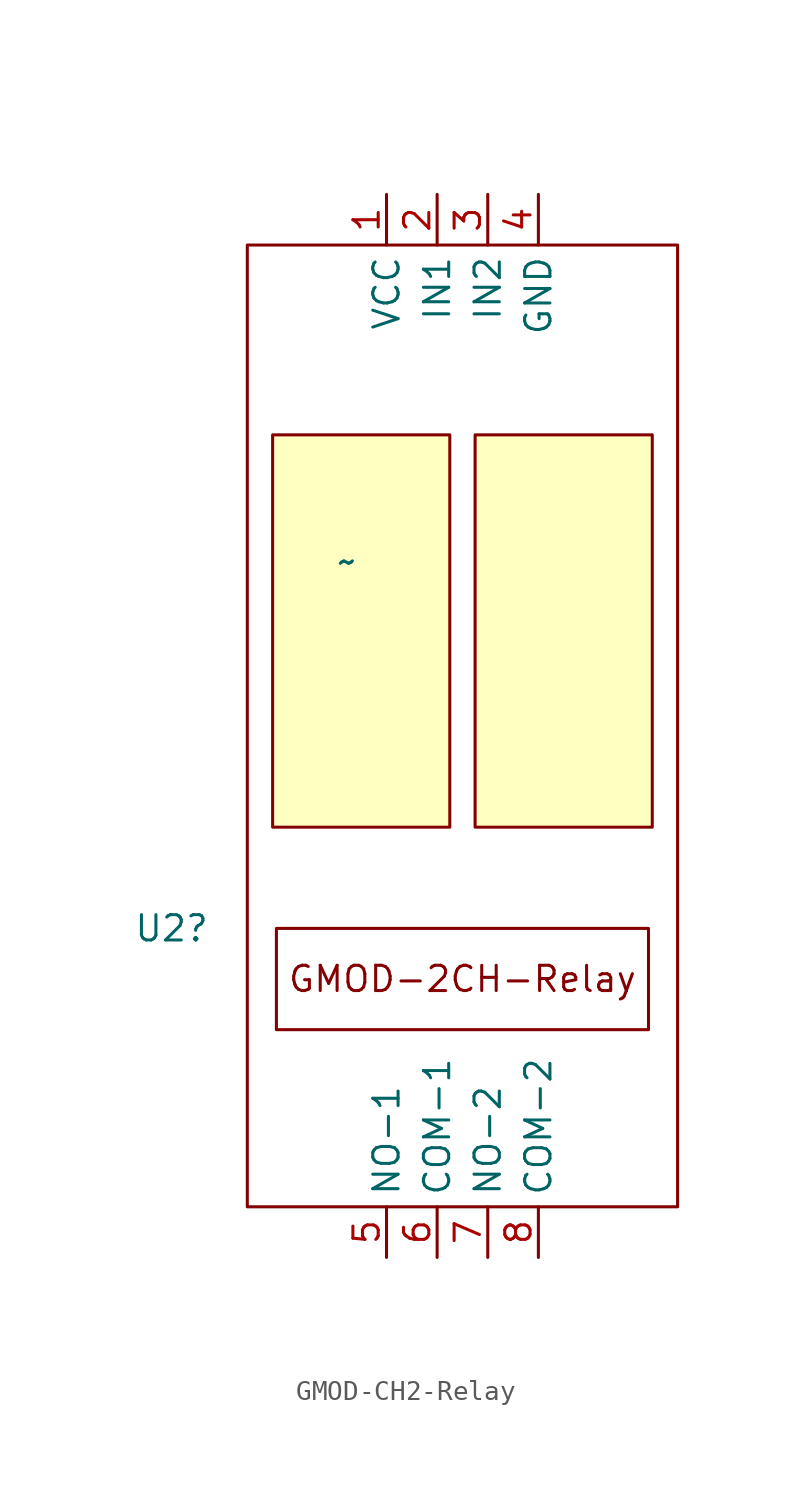
<source format=kicad_sym>
(kicad_symbol_lib
  (version 20241209)
  (generator "kicad_symbol_editor")
  (generator_version "9.0")
  (symbol "GMOD-CH2-Relay"
    (property "Reference" "U2"
      (at -16.51 -10.16 0)
      (effects (font (size 1.27 1.27)) (justify left)))
    (property "Value" "~"
      (at -6.35 8.255 0)
      (effects (font (size 1.27 1.27)) (justify left)))
    (symbol "GMOD-CH2-Relay_0_1"
      (rectangle (start -10.795 24.13) (end 10.795 -24.13) (stroke (width 0) (type default)) (fill (type none)))
      (rectangle (start -9.525 14.605) (end -0.635 -5.08) (stroke (width 0) (type default)) (fill (type background)))
      (rectangle (start 0.635 14.605) (end 9.525 -5.08) (stroke (width 0) (type default)) (fill (type background))))
    (symbol "GMOD-CH2-Relay_1_1"
      (rectangle (start -9.335 -10.16) (end 9.335 -15.24) (stroke (width 0) (type default)) (fill (type none)))
      (text "GMOD-2CH-Relay" (at 0 -12.7 0) (effects (font (size 1.27 1.27))))
      (pin power_in line (at -3.81 26.67 270) (length 2.54) (name "VCC" (effects (font (size 1.27 1.27)))) (number "1" (effects (font (size 1.27 1.27)))))
      (pin bidirectional line (at -3.81 -26.67 90) (length 2.54) (name "NO-1" (effects (font (size 1.27 1.27)))) (number "5" (effects (font (size 1.27 1.27)))))
      (pin bidirectional line (at -1.27 26.67 270) (length 2.54) (name "IN1" (effects (font (size 1.27 1.27)))) (number "2" (effects (font (size 1.27 1.27)))))
      (pin bidirectional line (at -1.27 -26.67 90) (length 2.54) (name "COM-1" (effects (font (size 1.27 1.27)))) (number "6" (effects (font (size 1.27 1.27)))))
      (pin bidirectional line (at 1.27 26.67 270) (length 2.54) (name "IN2" (effects (font (size 1.27 1.27)))) (number "3" (effects (font (size 1.27 1.27)))))
      (pin bidirectional line (at 1.27 -26.67 90) (length 2.54) (name "NO-2" (effects (font (size 1.27 1.27)))) (number "7" (effects (font (size 1.27 1.27)))))
      (pin power_in line (at 3.81 26.67 270) (length 2.54) (name "GND" (effects (font (size 1.27 1.27)))) (number "4" (effects (font (size 1.27 1.27)))))
      (pin bidirectional line (at 3.81 -26.67 90) (length 2.54) (name "COM-2" (effects (font (size 1.27 1.27)))) (number "8" (effects (font (size 1.27 1.27))))))))
</source>
